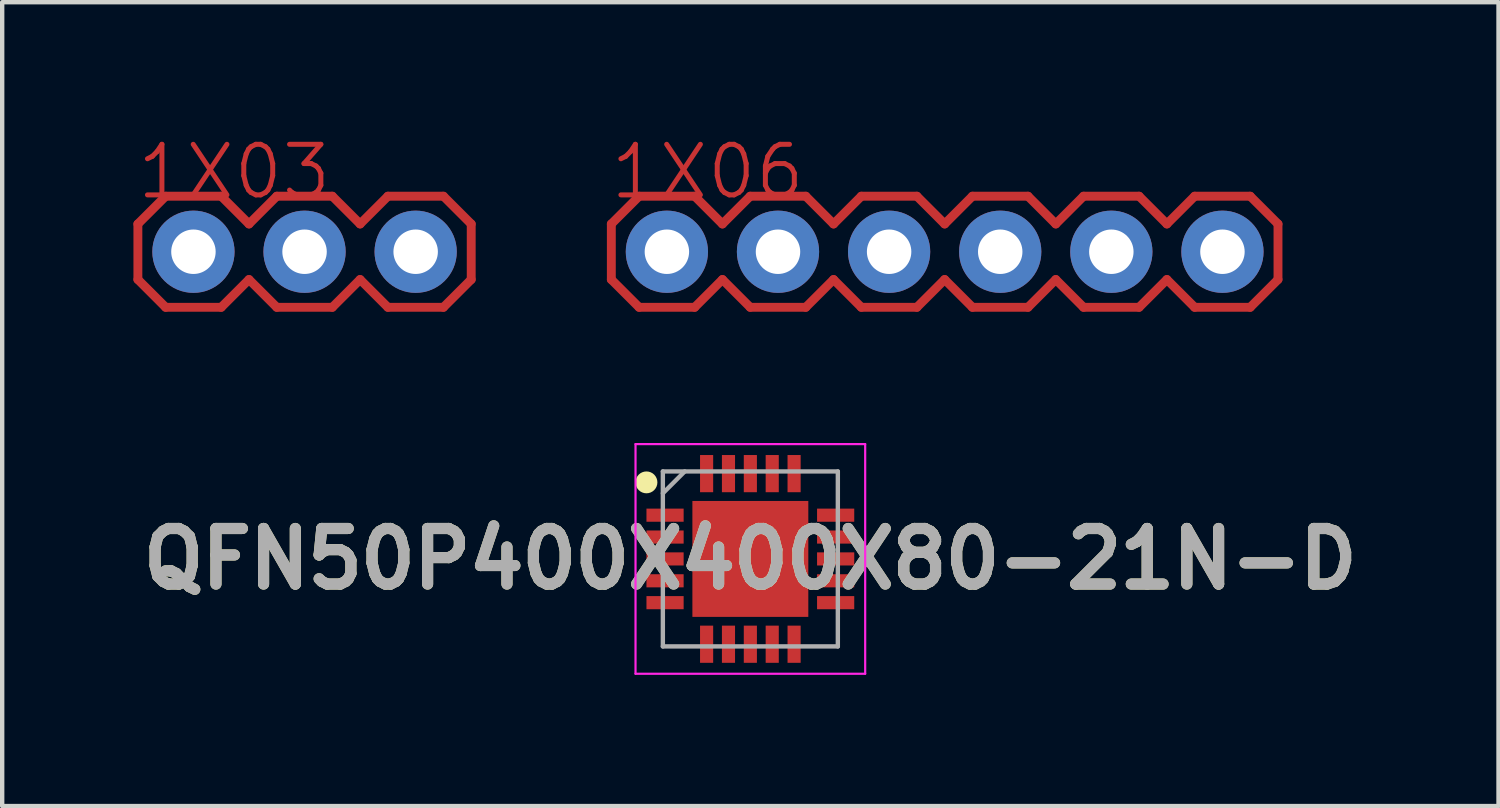
<source format=kicad_pcb>
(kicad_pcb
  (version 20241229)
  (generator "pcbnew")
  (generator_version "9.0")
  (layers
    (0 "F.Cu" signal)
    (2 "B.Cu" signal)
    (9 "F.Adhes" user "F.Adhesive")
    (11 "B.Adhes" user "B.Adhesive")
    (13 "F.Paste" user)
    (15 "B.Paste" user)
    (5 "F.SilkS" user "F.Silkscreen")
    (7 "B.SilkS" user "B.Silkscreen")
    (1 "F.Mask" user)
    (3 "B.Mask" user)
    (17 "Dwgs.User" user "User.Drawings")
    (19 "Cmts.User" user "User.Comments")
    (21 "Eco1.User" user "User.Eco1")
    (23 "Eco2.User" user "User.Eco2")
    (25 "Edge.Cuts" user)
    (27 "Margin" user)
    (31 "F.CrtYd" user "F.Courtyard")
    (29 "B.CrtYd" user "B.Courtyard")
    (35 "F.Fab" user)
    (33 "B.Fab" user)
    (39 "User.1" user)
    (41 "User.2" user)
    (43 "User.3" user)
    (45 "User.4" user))
  (footprint "1X03"
    (layer "F.Cu")
    (at 1.372 2.705)
    (property "Reference" "1X03" (at -1.346 -1.829 0) (layer "F.Cu") (effects (font (size 1.156 1.156) (thickness 0.114)) (justify left)))
    (fp_line (start -1.27 -0.635) (end -1.27 0.635) (stroke (width 0.203) (type solid)) (layer "F.Cu"))
    (fp_line (start -1.27 0.635) (end -0.635 1.27) (stroke (width 0.203) (type solid)) (layer "F.Cu"))
    (fp_line (start -0.635 -1.27) (end -1.27 -0.635) (stroke (width 0.203) (type solid)) (layer "F.Cu"))
    (fp_line (start -0.635 -1.27) (end 0.635 -1.27) (stroke (width 0.203) (type solid)) (layer "F.Cu"))
    (fp_line (start 0.635 -1.27) (end 1.27 -0.635) (stroke (width 0.203) (type solid)) (layer "F.Cu"))
    (fp_line (start 0.635 1.27) (end -0.635 1.27) (stroke (width 0.203) (type solid)) (layer "F.Cu"))
    (fp_line (start 1.27 -0.635) (end 1.905 -1.27) (stroke (width 0.203) (type solid)) (layer "F.Cu"))
    (fp_line (start 1.27 0.635) (end 0.635 1.27) (stroke (width 0.203) (type solid)) (layer "F.Cu"))
    (fp_line (start 1.905 -1.27) (end 3.175 -1.27) (stroke (width 0.203) (type solid)) (layer "F.Cu"))
    (fp_line (start 1.905 1.27) (end 1.27 0.635) (stroke (width 0.203) (type solid)) (layer "F.Cu"))
    (fp_line (start 3.175 -1.27) (end 3.81 -0.635) (stroke (width 0.203) (type solid)) (layer "F.Cu"))
    (fp_line (start 3.175 1.27) (end 1.905 1.27) (stroke (width 0.203) (type solid)) (layer "F.Cu"))
    (fp_line (start 3.81 -0.635) (end 4.445 -1.27) (stroke (width 0.203) (type solid)) (layer "F.Cu"))
    (fp_line (start 3.81 0.635) (end 3.175 1.27) (stroke (width 0.203) (type solid)) (layer "F.Cu"))
    (fp_line (start 4.445 -1.27) (end 5.715 -1.27) (stroke (width 0.203) (type solid)) (layer "F.Cu"))
    (fp_line (start 4.445 1.27) (end 3.81 0.635) (stroke (width 0.203) (type solid)) (layer "F.Cu"))
    (fp_line (start 5.715 -1.27) (end 6.35 -0.635) (stroke (width 0.203) (type solid)) (layer "F.Cu"))
    (fp_line (start 5.715 1.27) (end 4.445 1.27) (stroke (width 0.203) (type solid)) (layer "F.Cu"))
    (fp_line (start 6.35 -0.635) (end 6.35 0.635) (stroke (width 0.203) (type solid)) (layer "F.Cu"))
    (fp_line (start 6.35 0.635) (end 5.715 1.27) (stroke (width 0.203) (type solid)) (layer "F.Cu"))
    (fp_poly (pts (xy -0.254 0.254) (xy 0.254 0.254) (xy 0.254 -0.254) (xy -0.254 -0.254)) (stroke (width 0) (type solid)) (fill yes) (layer "F.Cu"))
    (fp_poly (pts (xy 2.286 0.254) (xy 2.794 0.254) (xy 2.794 -0.254) (xy 2.286 -0.254)) (stroke (width 0) (type solid)) (fill yes) (layer "F.Cu"))
    (fp_poly (pts (xy 4.826 0.254) (xy 5.334 0.254) (xy 5.334 -0.254) (xy 4.826 -0.254)) (stroke (width 0) (type solid)) (fill yes) (layer "F.Cu"))
    (pad "1" thru_hole circle (at 0 0 90) (size 1.88 1.88) (drill 1.016) (layers "*.Cu" "*.Mask"))
    (pad "2" thru_hole circle (at 2.54 0 90) (size 1.88 1.88) (drill 1.016) (layers "*.Cu" "*.Mask"))
    (pad "3" thru_hole circle (at 5.08 0 90) (size 1.88 1.88) (drill 1.016) (layers "*.Cu" "*.Mask")))
  (footprint "QFN50P400X400X80-21N-D"
    (layer "F.Cu")
    (at 14.103 9.727)
    (property "Reference" "QFN50P400X400X80-21N-D" (at 0 0 0) (layer "F.SilkS") (effects (font (size 1.27 1.27) (thickness 0.254))))
    (attr smd)
    (fp_circle (center -2.375 -1.75) (end -2.375 -1.625) (stroke (width 0.25) (type solid)) (fill no) (layer "F.SilkS"))
    (fp_line (start -2.625 -2.625) (end 2.625 -2.625) (stroke (width 0.05) (type solid)) (layer "F.CrtYd"))
    (fp_line (start -2.625 2.625) (end -2.625 -2.625) (stroke (width 0.05) (type solid)) (layer "F.CrtYd"))
    (fp_line (start 2.625 -2.625) (end 2.625 2.625) (stroke (width 0.05) (type solid)) (layer "F.CrtYd"))
    (fp_line (start 2.625 2.625) (end -2.625 2.625) (stroke (width 0.05) (type solid)) (layer "F.CrtYd"))
    (fp_line (start -2 -2) (end 2 -2) (stroke (width 0.1) (type solid)) (layer "F.Fab"))
    (fp_line (start -2 -1.5) (end -1.5 -2) (stroke (width 0.1) (type solid)) (layer "F.Fab"))
    (fp_line (start -2 2) (end -2 -2) (stroke (width 0.1) (type solid)) (layer "F.Fab"))
    (fp_line (start 2 -2) (end 2 2) (stroke (width 0.1) (type solid)) (layer "F.Fab"))
    (fp_line (start 2 2) (end -2 2) (stroke (width 0.1) (type solid)) (layer "F.Fab"))
    (fp_text user "${REFERENCE}" (at 0 0 0) (layer "F.Fab") (effects (font (size 1.27 1.27) (thickness 0.254))))
    (pad "1" smd rect (at -1.95 -1 90) (size 0.3 0.85) (layers "F.Cu" "F.Mask" "F.Paste"))
    (pad "2" smd rect (at -1.95 -0.5 90) (size 0.3 0.85) (layers "F.Cu" "F.Mask" "F.Paste"))
    (pad "3" smd rect (at -1.95 0 90) (size 0.3 0.85) (layers "F.Cu" "F.Mask" "F.Paste"))
    (pad "4" smd rect (at -1.95 0.5 90) (size 0.3 0.85) (layers "F.Cu" "F.Mask" "F.Paste"))
    (pad "5" smd rect (at -1.95 1 90) (size 0.3 0.85) (layers "F.Cu" "F.Mask" "F.Paste"))
    (pad "6" smd rect (at -1 1.95) (size 0.3 0.85) (layers "F.Cu" "F.Mask" "F.Paste"))
    (pad "7" smd rect (at -0.5 1.95) (size 0.3 0.85) (layers "F.Cu" "F.Mask" "F.Paste"))
    (pad "8" smd rect (at 0 1.95) (size 0.3 0.85) (layers "F.Cu" "F.Mask" "F.Paste"))
    (pad "9" smd rect (at 0.5 1.95) (size 0.3 0.85) (layers "F.Cu" "F.Mask" "F.Paste"))
    (pad "10" smd rect (at 1 1.95) (size 0.3 0.85) (layers "F.Cu" "F.Mask" "F.Paste"))
    (pad "11" smd rect (at 1.95 1 90) (size 0.3 0.85) (layers "F.Cu" "F.Mask" "F.Paste"))
    (pad "12" smd rect (at 1.95 0.5 90) (size 0.3 0.85) (layers "F.Cu" "F.Mask" "F.Paste"))
    (pad "13" smd rect (at 1.95 0 90) (size 0.3 0.85) (layers "F.Cu" "F.Mask" "F.Paste"))
    (pad "14" smd rect (at 1.95 -0.5 90) (size 0.3 0.85) (layers "F.Cu" "F.Mask" "F.Paste"))
    (pad "15" smd rect (at 1.95 -1 90) (size 0.3 0.85) (layers "F.Cu" "F.Mask" "F.Paste"))
    (pad "16" smd rect (at 1 -1.95) (size 0.3 0.85) (layers "F.Cu" "F.Mask" "F.Paste"))
    (pad "17" smd rect (at 0.5 -1.95) (size 0.3 0.85) (layers "F.Cu" "F.Mask" "F.Paste"))
    (pad "18" smd rect (at 0 -1.95) (size 0.3 0.85) (layers "F.Cu" "F.Mask" "F.Paste"))
    (pad "19" smd rect (at -0.5 -1.95) (size 0.3 0.85) (layers "F.Cu" "F.Mask" "F.Paste"))
    (pad "20" smd rect (at -1 -1.95) (size 0.3 0.85) (layers "F.Cu" "F.Mask" "F.Paste"))
    (pad "21" smd rect (at 0 0) (size 2.65 2.65) (layers "F.Cu" "F.Mask" "F.Paste")))
  (footprint "1X06"
    (layer "F.Cu")
    (at 12.195 2.705)
    (property "Reference" "1X06" (at -1.346 -1.829 0) (layer "F.Cu") (effects (font (size 1.156 1.156) (thickness 0.114)) (justify left)))
    (fp_line (start -1.27 -0.635) (end -1.27 0.635) (stroke (width 0.203) (type solid)) (layer "F.Cu"))
    (fp_line (start -1.27 0.635) (end -0.635 1.27) (stroke (width 0.203) (type solid)) (layer "F.Cu"))
    (fp_line (start -0.635 -1.27) (end -1.27 -0.635) (stroke (width 0.203) (type solid)) (layer "F.Cu"))
    (fp_line (start -0.635 -1.27) (end 0.635 -1.27) (stroke (width 0.203) (type solid)) (layer "F.Cu"))
    (fp_line (start 0.635 -1.27) (end 1.27 -0.635) (stroke (width 0.203) (type solid)) (layer "F.Cu"))
    (fp_line (start 0.635 1.27) (end -0.635 1.27) (stroke (width 0.203) (type solid)) (layer "F.Cu"))
    (fp_line (start 1.27 -0.635) (end 1.905 -1.27) (stroke (width 0.203) (type solid)) (layer "F.Cu"))
    (fp_line (start 1.27 0.635) (end 0.635 1.27) (stroke (width 0.203) (type solid)) (layer "F.Cu"))
    (fp_line (start 1.905 -1.27) (end 3.175 -1.27) (stroke (width 0.203) (type solid)) (layer "F.Cu"))
    (fp_line (start 1.905 1.27) (end 1.27 0.635) (stroke (width 0.203) (type solid)) (layer "F.Cu"))
    (fp_line (start 3.175 -1.27) (end 3.81 -0.635) (stroke (width 0.203) (type solid)) (layer "F.Cu"))
    (fp_line (start 3.175 1.27) (end 1.905 1.27) (stroke (width 0.203) (type solid)) (layer "F.Cu"))
    (fp_line (start 3.81 -0.635) (end 4.445 -1.27) (stroke (width 0.203) (type solid)) (layer "F.Cu"))
    (fp_line (start 3.81 0.635) (end 3.175 1.27) (stroke (width 0.203) (type solid)) (layer "F.Cu"))
    (fp_line (start 4.445 -1.27) (end 5.715 -1.27) (stroke (width 0.203) (type solid)) (layer "F.Cu"))
    (fp_line (start 4.445 1.27) (end 3.81 0.635) (stroke (width 0.203) (type solid)) (layer "F.Cu"))
    (fp_line (start 5.715 -1.27) (end 6.35 -0.635) (stroke (width 0.203) (type solid)) (layer "F.Cu"))
    (fp_line (start 5.715 1.27) (end 4.445 1.27) (stroke (width 0.203) (type solid)) (layer "F.Cu"))
    (fp_line (start 6.35 0.635) (end 5.715 1.27) (stroke (width 0.203) (type solid)) (layer "F.Cu"))
    (fp_line (start 6.35 0.635) (end 6.985 1.27) (stroke (width 0.203) (type solid)) (layer "F.Cu"))
    (fp_line (start 6.985 -1.27) (end 6.35 -0.635) (stroke (width 0.203) (type solid)) (layer "F.Cu"))
    (fp_line (start 6.985 -1.27) (end 8.255 -1.27) (stroke (width 0.203) (type solid)) (layer "F.Cu"))
    (fp_line (start 8.255 -1.27) (end 8.89 -0.635) (stroke (width 0.203) (type solid)) (layer "F.Cu"))
    (fp_line (start 8.255 1.27) (end 6.985 1.27) (stroke (width 0.203) (type solid)) (layer "F.Cu"))
    (fp_line (start 8.89 -0.635) (end 9.525 -1.27) (stroke (width 0.203) (type solid)) (layer "F.Cu"))
    (fp_line (start 8.89 0.635) (end 8.255 1.27) (stroke (width 0.203) (type solid)) (layer "F.Cu"))
    (fp_line (start 9.525 -1.27) (end 10.795 -1.27) (stroke (width 0.203) (type solid)) (layer "F.Cu"))
    (fp_line (start 9.525 1.27) (end 8.89 0.635) (stroke (width 0.203) (type solid)) (layer "F.Cu"))
    (fp_line (start 10.795 -1.27) (end 11.43 -0.635) (stroke (width 0.203) (type solid)) (layer "F.Cu"))
    (fp_line (start 10.795 1.27) (end 9.525 1.27) (stroke (width 0.203) (type solid)) (layer "F.Cu"))
    (fp_line (start 11.43 -0.635) (end 12.065 -1.27) (stroke (width 0.203) (type solid)) (layer "F.Cu"))
    (fp_line (start 11.43 0.635) (end 10.795 1.27) (stroke (width 0.203) (type solid)) (layer "F.Cu"))
    (fp_line (start 12.065 -1.27) (end 13.335 -1.27) (stroke (width 0.203) (type solid)) (layer "F.Cu"))
    (fp_line (start 12.065 1.27) (end 11.43 0.635) (stroke (width 0.203) (type solid)) (layer "F.Cu"))
    (fp_line (start 13.335 -1.27) (end 13.97 -0.635) (stroke (width 0.203) (type solid)) (layer "F.Cu"))
    (fp_line (start 13.335 1.27) (end 12.065 1.27) (stroke (width 0.203) (type solid)) (layer "F.Cu"))
    (fp_line (start 13.97 -0.635) (end 13.97 0.635) (stroke (width 0.203) (type solid)) (layer "F.Cu"))
    (fp_line (start 13.97 0.635) (end 13.335 1.27) (stroke (width 0.203) (type solid)) (layer "F.Cu"))
    (fp_poly (pts (xy -0.254 0.254) (xy 0.254 0.254) (xy 0.254 -0.254) (xy -0.254 -0.254)) (stroke (width 0) (type solid)) (fill yes) (layer "F.Cu"))
    (fp_poly (pts (xy 2.286 0.254) (xy 2.794 0.254) (xy 2.794 -0.254) (xy 2.286 -0.254)) (stroke (width 0) (type solid)) (fill yes) (layer "F.Cu"))
    (fp_poly (pts (xy 4.826 0.254) (xy 5.334 0.254) (xy 5.334 -0.254) (xy 4.826 -0.254)) (stroke (width 0) (type solid)) (fill yes) (layer "F.Cu"))
    (fp_poly (pts (xy 7.366 0.254) (xy 7.874 0.254) (xy 7.874 -0.254) (xy 7.366 -0.254)) (stroke (width 0) (type solid)) (fill yes) (layer "F.Cu"))
    (fp_poly (pts (xy 9.906 0.254) (xy 10.414 0.254) (xy 10.414 -0.254) (xy 9.906 -0.254)) (stroke (width 0) (type solid)) (fill yes) (layer "F.Cu"))
    (fp_poly (pts (xy 12.446 0.254) (xy 12.954 0.254) (xy 12.954 -0.254) (xy 12.446 -0.254)) (stroke (width 0) (type solid)) (fill yes) (layer "F.Cu"))
    (pad "1" thru_hole circle (at 0 0 90) (size 1.88 1.88) (drill 1.016) (layers "*.Cu" "*.Mask"))
    (pad "2" thru_hole circle (at 2.54 0 90) (size 1.88 1.88) (drill 1.016) (layers "*.Cu" "*.Mask"))
    (pad "3" thru_hole circle (at 5.08 0 90) (size 1.88 1.88) (drill 1.016) (layers "*.Cu" "*.Mask"))
    (pad "4" thru_hole circle (at 7.62 0 90) (size 1.88 1.88) (drill 1.016) (layers "*.Cu" "*.Mask"))
    (pad "5" thru_hole circle (at 10.16 0 90) (size 1.88 1.88) (drill 1.016) (layers "*.Cu" "*.Mask"))
    (pad "6" thru_hole circle (at 12.7 0 90) (size 1.88 1.88) (drill 1.016) (layers "*.Cu" "*.Mask")))
  (gr_rect
    (start -3 -3)
    (end 31.206 15.377)
    (stroke (width 0.1) (type default))
    (fill no)
    (layer "Edge.Cuts")))
</source>
